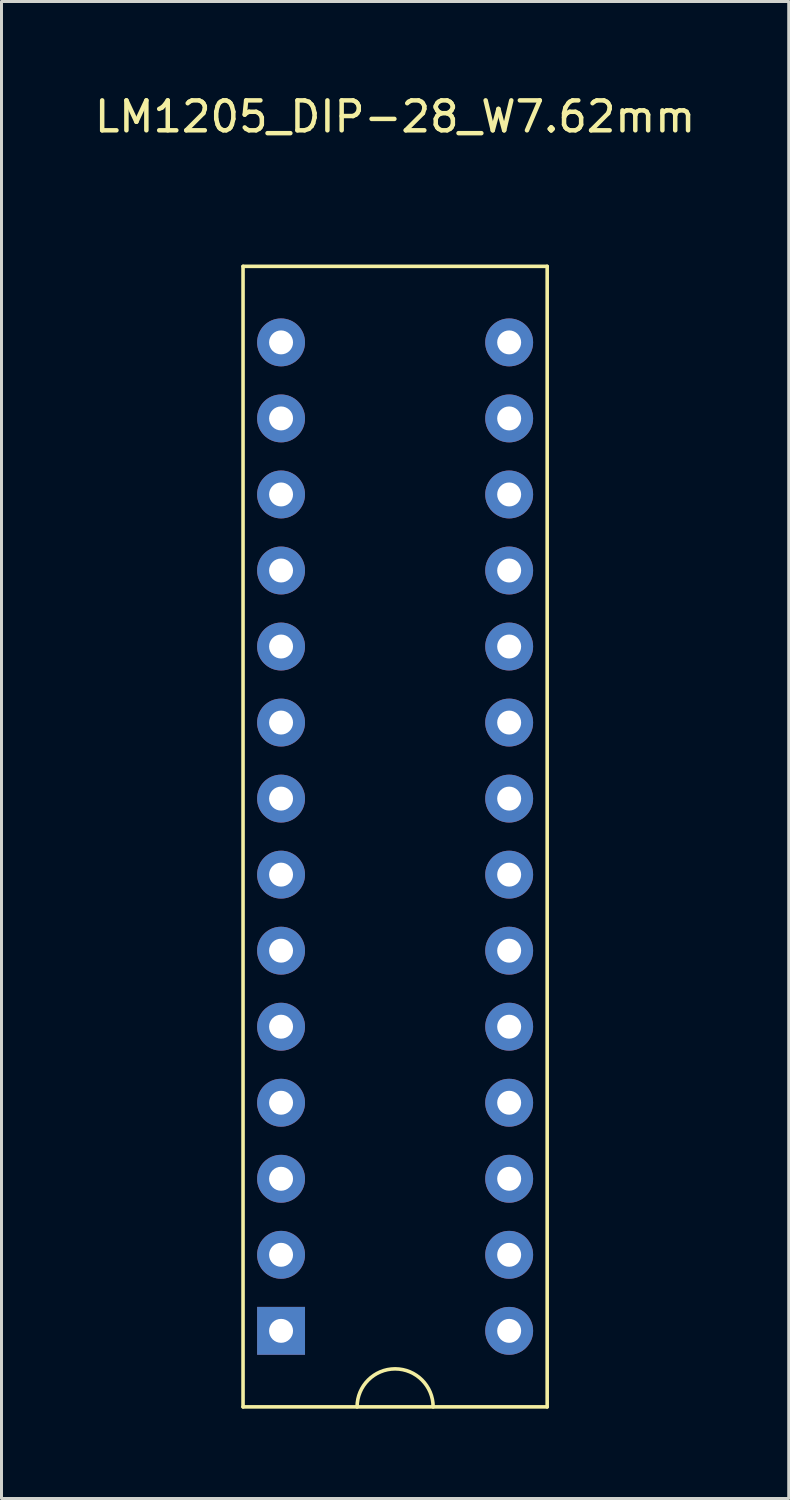
<source format=kicad_pcb>
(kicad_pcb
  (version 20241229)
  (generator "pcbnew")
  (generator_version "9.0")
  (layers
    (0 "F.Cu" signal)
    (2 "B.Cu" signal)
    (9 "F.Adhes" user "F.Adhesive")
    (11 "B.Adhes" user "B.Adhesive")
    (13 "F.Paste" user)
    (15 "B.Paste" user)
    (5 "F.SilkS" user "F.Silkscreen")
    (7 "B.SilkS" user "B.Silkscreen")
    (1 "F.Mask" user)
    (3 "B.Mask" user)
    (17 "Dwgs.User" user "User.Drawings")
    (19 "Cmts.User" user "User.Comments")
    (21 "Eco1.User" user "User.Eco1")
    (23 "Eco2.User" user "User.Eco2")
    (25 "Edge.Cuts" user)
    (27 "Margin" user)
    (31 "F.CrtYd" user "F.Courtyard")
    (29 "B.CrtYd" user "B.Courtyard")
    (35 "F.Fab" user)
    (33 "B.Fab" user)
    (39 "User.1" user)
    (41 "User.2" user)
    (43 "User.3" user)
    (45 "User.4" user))
  (footprint "LM1205_DIP-28_W7.62mm"
    (layer "F.Cu")
    (at 10.149 24.898)
    (property "Reference" "LM1205_DIP-28_W7.62mm" (at 0 -24.05 0) (layer "F.SilkS") (effects (font (size 1 1) (thickness 0.15))))
    (attr through_hole)
    (fp_line (start -5.08 -19.05) (end 5.08 -19.05) (stroke (width 0.12) (type solid)) (layer "F.SilkS"))
    (fp_line (start -5.08 19.05) (end -5.08 -19.05) (stroke (width 0.12) (type solid)) (layer "F.SilkS"))
    (fp_line (start 5.08 -19.05) (end 5.08 19.05) (stroke (width 0.12) (type solid)) (layer "F.SilkS"))
    (fp_line (start 5.08 19.05) (end -5.08 19.05) (stroke (width 0.12) (type solid)) (layer "F.SilkS"))
    (fp_arc (start -1.27 19.05) (mid 0 17.78) (end 1.27 19.05) (stroke (width 0.12) (type solid)) (layer "F.SilkS"))
    (pad "1" thru_hole rect (at -3.81 16.51) (size 1.6 1.6) (drill 0.8) (layers "*.Cu" "*.Mask"))
    (pad "2" thru_hole oval (at -3.81 13.97) (size 1.6 1.6) (drill 0.8) (layers "*.Cu" "*.Mask"))
    (pad "3" thru_hole oval (at -3.81 11.43) (size 1.6 1.6) (drill 0.8) (layers "*.Cu" "*.Mask"))
    (pad "4" thru_hole oval (at -3.81 8.89) (size 1.6 1.6) (drill 0.8) (layers "*.Cu" "*.Mask"))
    (pad "5" thru_hole oval (at -3.81 6.35) (size 1.6 1.6) (drill 0.8) (layers "*.Cu" "*.Mask"))
    (pad "6" thru_hole oval (at -3.81 3.81) (size 1.6 1.6) (drill 0.8) (layers "*.Cu" "*.Mask"))
    (pad "7" thru_hole oval (at -3.81 1.27) (size 1.6 1.6) (drill 0.8) (layers "*.Cu" "*.Mask"))
    (pad "8" thru_hole oval (at -3.81 -1.27) (size 1.6 1.6) (drill 0.8) (layers "*.Cu" "*.Mask"))
    (pad "9" thru_hole oval (at -3.81 -3.81) (size 1.6 1.6) (drill 0.8) (layers "*.Cu" "*.Mask"))
    (pad "10" thru_hole oval (at -3.81 -6.35) (size 1.6 1.6) (drill 0.8) (layers "*.Cu" "*.Mask"))
    (pad "11" thru_hole oval (at -3.81 -8.89) (size 1.6 1.6) (drill 0.8) (layers "*.Cu" "*.Mask"))
    (pad "12" thru_hole oval (at -3.81 -11.43) (size 1.6 1.6) (drill 0.8) (layers "*.Cu" "*.Mask"))
    (pad "13" thru_hole oval (at -3.81 -13.97) (size 1.6 1.6) (drill 0.8) (layers "*.Cu" "*.Mask"))
    (pad "14" thru_hole oval (at -3.81 -16.51) (size 1.6 1.6) (drill 0.8) (layers "*.Cu" "*.Mask"))
    (pad "15" thru_hole oval (at 3.81 16.51) (size 1.6 1.6) (drill 0.8) (layers "*.Cu" "*.Mask"))
    (pad "16" thru_hole oval (at 3.81 13.97) (size 1.6 1.6) (drill 0.8) (layers "*.Cu" "*.Mask"))
    (pad "17" thru_hole oval (at 3.81 11.43) (size 1.6 1.6) (drill 0.8) (layers "*.Cu" "*.Mask"))
    (pad "18" thru_hole oval (at 3.81 8.89) (size 1.6 1.6) (drill 0.8) (layers "*.Cu" "*.Mask"))
    (pad "19" thru_hole oval (at 3.81 6.35) (size 1.6 1.6) (drill 0.8) (layers "*.Cu" "*.Mask"))
    (pad "20" thru_hole oval (at 3.81 3.81) (size 1.6 1.6) (drill 0.8) (layers "*.Cu" "*.Mask"))
    (pad "21" thru_hole oval (at 3.81 1.27) (size 1.6 1.6) (drill 0.8) (layers "*.Cu" "*.Mask"))
    (pad "22" thru_hole oval (at 3.81 -1.27) (size 1.6 1.6) (drill 0.8) (layers "*.Cu" "*.Mask"))
    (pad "23" thru_hole oval (at 3.81 -3.81) (size 1.6 1.6) (drill 0.8) (layers "*.Cu" "*.Mask"))
    (pad "24" thru_hole oval (at 3.81 -6.35) (size 1.6 1.6) (drill 0.8) (layers "*.Cu" "*.Mask"))
    (pad "25" thru_hole oval (at 3.81 -8.89) (size 1.6 1.6) (drill 0.8) (layers "*.Cu" "*.Mask"))
    (pad "26" thru_hole oval (at 3.81 -11.43) (size 1.6 1.6) (drill 0.8) (layers "*.Cu" "*.Mask"))
    (pad "27" thru_hole oval (at 3.81 -13.97) (size 1.6 1.6) (drill 0.8) (layers "*.Cu" "*.Mask"))
    (pad "28" thru_hole oval (at 3.81 -16.51) (size 1.6 1.6) (drill 0.8) (layers "*.Cu" "*.Mask")))
  (gr_rect
    (start -3 -3)
    (end 23.298 47.008)
    (stroke (width 0.1) (type default))
    (fill no)
    (layer "Edge.Cuts")))
</source>
